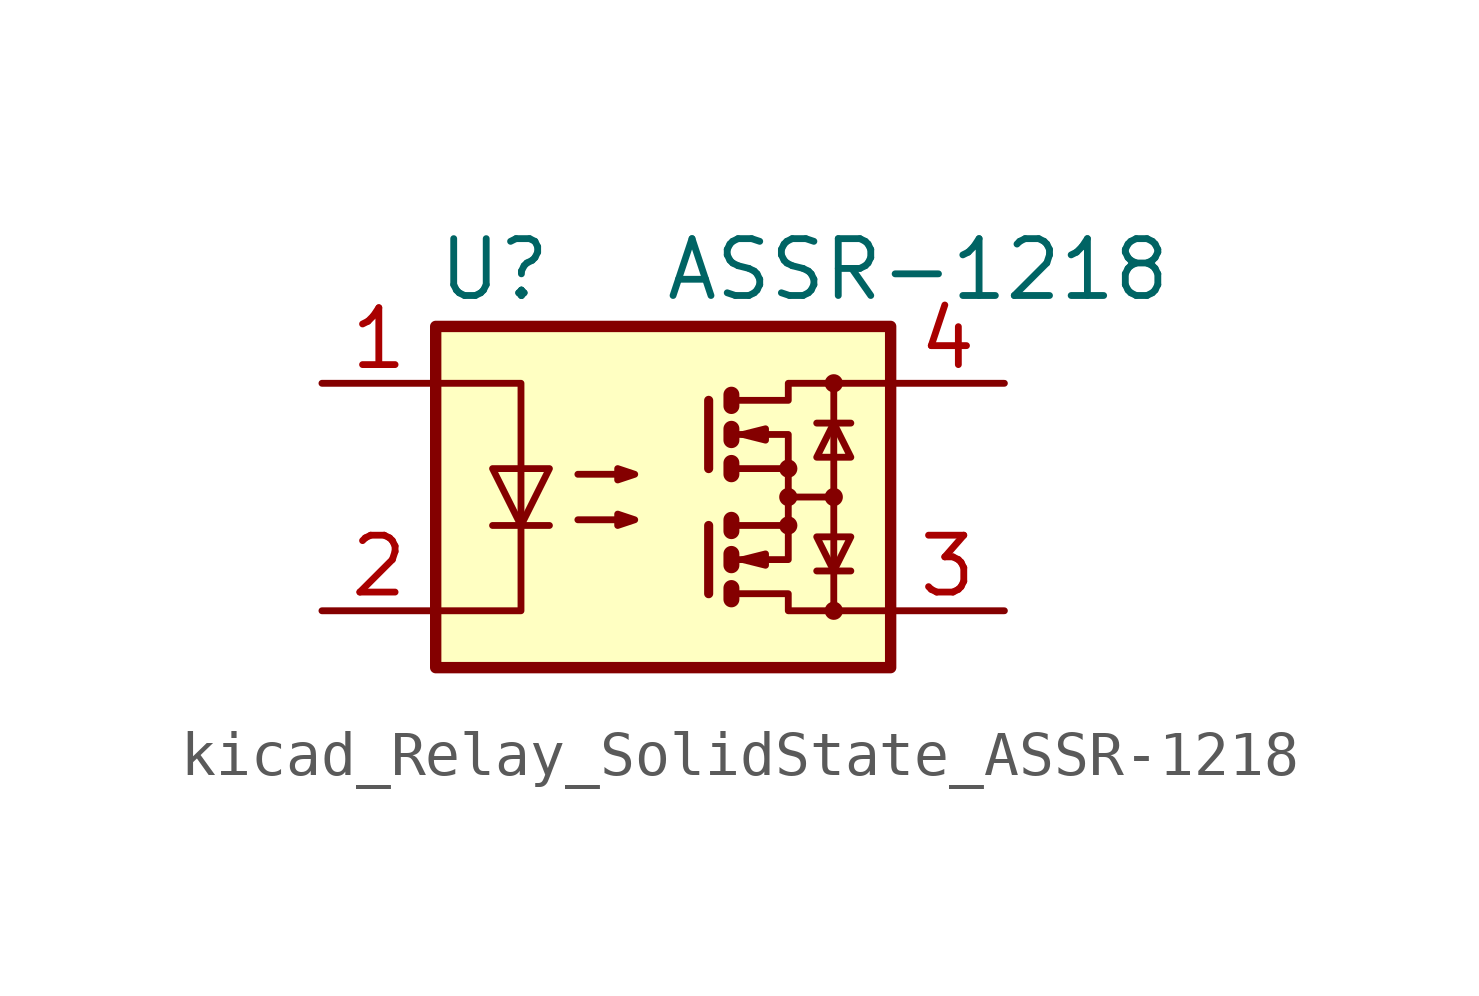
<source format=kicad_sym>
(kicad_symbol_lib
  (version 20220914)
  (generator kicad_symbol_editor)
  (symbol "kicad_Relay_SolidState_ASSR-1218"
    (property "Reference" "U"
      (at -5.08 5.08 0)
      (effects (font (size 1.27 1.27)) (justify left)))
    (property "Value" "ASSR-1218"
      (at 0 5.08 0)
      (effects (font (size 1.27 1.27)) (justify left)))
    (symbol "kicad_Relay_SolidState_ASSR-1218_0_1"
      (rectangle (start -5.08 3.81) (end 5.08 -3.81) (stroke (width 0.254) (type default)) (fill (type background)))
      (polyline (pts (xy -3.81 -0.635) (xy -2.54 -0.635)) (stroke (width 0) (type default)) (fill (type none)))
      (polyline (pts (xy 1.016 -0.635) (xy 1.016 -2.159)) (stroke (width 0.203) (type default)) (fill (type none)))
      (polyline (pts (xy 1.016 2.159) (xy 1.016 0.635)) (stroke (width 0.203) (type default)) (fill (type none)))
      (polyline (pts (xy 1.524 -0.508) (xy 1.524 -0.762)) (stroke (width 0.356) (type default)) (fill (type none)))
      (polyline (pts (xy 2.794 0) (xy 3.81 0)) (stroke (width 0) (type default)) (fill (type none)))
      (polyline (pts (xy 3.429 -1.651) (xy 4.191 -1.651)) (stroke (width 0) (type default)) (fill (type none)))
      (polyline (pts (xy 3.429 1.651) (xy 4.191 1.651)) (stroke (width 0) (type default)) (fill (type none)))
      (polyline (pts (xy 3.81 -2.54) (xy 3.81 2.54)) (stroke (width 0) (type default)) (fill (type none)))
      (polyline (pts (xy 1.524 -2.032) (xy 1.524 -2.286) (xy 1.524 -2.286)) (stroke (width 0.356) (type default)) (fill (type none)))
      (polyline (pts (xy 1.524 -1.27) (xy 1.524 -1.524) (xy 1.524 -1.524)) (stroke (width 0.356) (type default)) (fill (type none)))
      (polyline (pts (xy 1.524 0.762) (xy 1.524 0.508) (xy 1.524 0.508)) (stroke (width 0.356) (type default)) (fill (type none)))
      (polyline (pts (xy 1.524 1.524) (xy 1.524 1.27) (xy 1.524 1.27)) (stroke (width 0.356) (type default)) (fill (type none)))
      (polyline (pts (xy 1.524 2.286) (xy 1.524 2.032) (xy 1.524 2.032)) (stroke (width 0.356) (type default)) (fill (type none)))
      (polyline (pts (xy 1.651 -1.397) (xy 2.794 -1.397) (xy 2.794 -0.635)) (stroke (width 0) (type default)) (fill (type none)))
      (polyline (pts (xy 1.651 1.397) (xy 2.794 1.397) (xy 2.794 0.635)) (stroke (width 0) (type default)) (fill (type none)))
      (polyline (pts (xy -5.08 2.54) (xy -3.175 2.54) (xy -3.175 -2.54) (xy -5.08 -2.54)) (stroke (width 0) (type default)) (fill (type none)))
      (polyline (pts (xy -3.175 -0.635) (xy -3.81 0.635) (xy -2.54 0.635) (xy -3.175 -0.635)) (stroke (width 0) (type default)) (fill (type none)))
      (polyline (pts (xy 1.651 -2.159) (xy 2.794 -2.159) (xy 2.794 -2.54) (xy 5.08 -2.54)) (stroke (width 0) (type default)) (fill (type none)))
      (polyline (pts (xy 1.651 -0.635) (xy 2.794 -0.635) (xy 2.794 0.635) (xy 1.651 0.635)) (stroke (width 0) (type default)) (fill (type none)))
      (polyline (pts (xy 1.651 2.159) (xy 2.794 2.159) (xy 2.794 2.54) (xy 5.08 2.54)) (stroke (width 0) (type default)) (fill (type none)))
      (polyline (pts (xy 1.778 -1.397) (xy 2.286 -1.27) (xy 2.286 -1.524) (xy 1.778 -1.397)) (stroke (width 0) (type default)) (fill (type none)))
      (polyline (pts (xy 1.778 1.397) (xy 2.286 1.524) (xy 2.286 1.27) (xy 1.778 1.397)) (stroke (width 0) (type default)) (fill (type none)))
      (polyline (pts (xy 3.81 -1.651) (xy 3.429 -0.889) (xy 4.191 -0.889) (xy 3.81 -1.651)) (stroke (width 0) (type default)) (fill (type none)))
      (polyline (pts (xy 3.81 1.651) (xy 3.429 0.889) (xy 4.191 0.889) (xy 3.81 1.651)) (stroke (width 0) (type default)) (fill (type none)))
      (polyline (pts (xy -1.905 -0.508) (xy -0.635 -0.508) (xy -1.016 -0.635) (xy -1.016 -0.381) (xy -0.635 -0.508)) (stroke (width 0) (type default)) (fill (type none)))
      (polyline (pts (xy -1.905 0.508) (xy -0.635 0.508) (xy -1.016 0.381) (xy -1.016 0.635) (xy -0.635 0.508)) (stroke (width 0) (type default)) (fill (type none)))
      (circle (center 2.794 -0.635) (radius 0.127) (stroke (width 0) (type default)) (fill (type none)))
      (circle (center 2.794 0) (radius 0.127) (stroke (width 0) (type default)) (fill (type none)))
      (circle (center 2.794 0.635) (radius 0.127) (stroke (width 0) (type default)) (fill (type none)))
      (circle (center 3.81 -2.54) (radius 0.127) (stroke (width 0) (type default)) (fill (type none)))
      (circle (center 3.81 0) (radius 0.127) (stroke (width 0) (type default)) (fill (type none)))
      (circle (center 3.81 2.54) (radius 0.127) (stroke (width 0) (type default)) (fill (type none))))
    (symbol "kicad_Relay_SolidState_ASSR-1218_1_1"
      (pin passive line (at -7.62 2.54 0) (length 2.54) (name "~" (effects (font (size 1.27 1.27)))) (number "1" (effects (font (size 1.27 1.27)))))
      (pin passive line (at -7.62 -2.54 0) (length 2.54) (name "~" (effects (font (size 1.27 1.27)))) (number "2" (effects (font (size 1.27 1.27)))))
      (pin passive line (at 7.62 -2.54 180) (length 2.54) (name "~" (effects (font (size 1.27 1.27)))) (number "3" (effects (font (size 1.27 1.27)))))
      (pin passive line (at 7.62 2.54 180) (length 2.54) (name "~" (effects (font (size 1.27 1.27)))) (number "4" (effects (font (size 1.27 1.27))))))))
</source>
